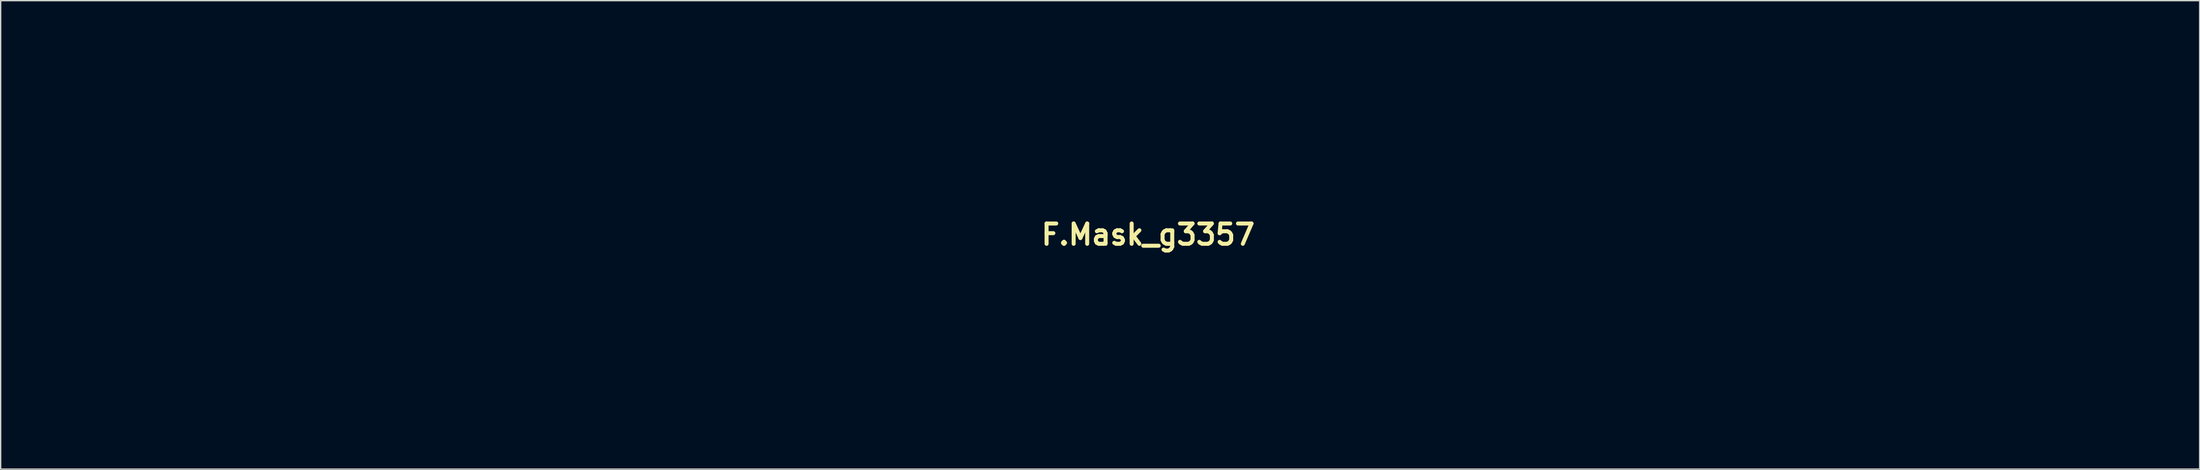
<source format=kicad_pcb>
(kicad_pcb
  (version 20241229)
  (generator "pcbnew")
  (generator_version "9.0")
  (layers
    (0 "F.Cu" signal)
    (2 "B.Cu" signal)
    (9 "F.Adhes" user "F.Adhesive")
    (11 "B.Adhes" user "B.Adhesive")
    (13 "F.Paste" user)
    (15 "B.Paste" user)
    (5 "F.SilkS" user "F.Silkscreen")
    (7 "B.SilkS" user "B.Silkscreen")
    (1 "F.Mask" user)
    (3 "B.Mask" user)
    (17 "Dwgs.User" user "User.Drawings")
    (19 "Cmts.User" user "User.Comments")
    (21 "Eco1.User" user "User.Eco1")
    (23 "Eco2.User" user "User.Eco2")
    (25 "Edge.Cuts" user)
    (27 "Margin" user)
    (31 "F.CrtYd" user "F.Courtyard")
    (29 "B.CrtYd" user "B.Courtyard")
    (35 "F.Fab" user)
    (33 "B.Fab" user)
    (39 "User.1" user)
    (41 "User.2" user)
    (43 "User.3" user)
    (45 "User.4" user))
  (footprint "F.Mask_g3357"
    (layer "F.Cu")
    (at 83.148 14.568)
    (property "Reference" "F.Mask_g3357" (at 0 0 0) (layer "F.SilkS") (effects (font (size 1.524 1.524) (thickness 0.3))))
    (attr through_hole)
    (fp_poly (pts (xy 75.94 9.626) (xy 75.939 10.013) (xy 75.938 10.36) (xy 75.937 10.671) (xy 75.935 10.946) (xy 75.934 11.189) (xy 75.932 11.403) (xy 75.93 11.589) (xy 75.926 11.75) (xy 75.923 11.889) (xy 75.918 12.009) (xy 75.912 12.111) (xy 75.905 12.199) (xy 75.897 12.275) (xy 75.887 12.341) (xy 75.876 12.4) (xy 75.864 12.454) (xy 75.849 12.506) (xy 75.832 12.559) (xy 75.814 12.615) (xy 75.793 12.676) (xy 75.785 12.7) (xy 75.659 13.013) (xy 75.497 13.309) (xy 75.301 13.584) (xy 75.075 13.835) (xy 74.823 14.057) (xy 74.548 14.246) (xy 74.44 14.308) (xy 74.247 14.403) (xy 74.057 14.479) (xy 73.849 14.543) (xy 73.811 14.553) (xy 73.613 14.605) (xy -3.595 14.604) (xy -80.804 14.602) (xy -80.994 14.554) (xy -81.317 14.451) (xy -81.621 14.312) (xy -81.904 14.138) (xy -82.163 13.933) (xy -82.397 13.699) (xy -82.603 13.438) (xy -82.778 13.152) (xy -82.921 12.845) (xy -83.029 12.519) (xy -83.069 12.351) (xy -83.08 12.294) (xy -83.09 12.233) (xy -83.098 12.167) (xy -83.106 12.092) (xy -83.113 12.007) (xy -83.119 11.908) (xy -83.124 11.793) (xy -83.128 11.66) (xy -83.132 11.505) (xy -83.135 11.328) (xy -83.137 11.124) (xy -83.139 10.892) (xy -83.14 10.629) (xy -83.141 10.333) (xy -83.142 10.001) (xy -83.142 9.63) (xy -83.142 9.403) (xy -83.143 7.133) (xy 75.948 7.133) (xy 75.94 9.626)) (stroke (width 0.01) (type solid)) (fill yes) (layer "F.Mask"))
    (fp_poly (pts (xy 73.906 -14.509) (xy 74.058 -14.458) (xy 74.228 -14.386) (xy 74.403 -14.302) (xy 74.57 -14.212) (xy 74.715 -14.121) (xy 74.774 -14.079) (xy 75.034 -13.858) (xy 75.268 -13.607) (xy 75.47 -13.332) (xy 75.638 -13.038) (xy 75.77 -12.729) (xy 75.795 -12.652) (xy 75.815 -12.59) (xy 75.833 -12.534) (xy 75.849 -12.482) (xy 75.864 -12.43) (xy 75.876 -12.378) (xy 75.887 -12.321) (xy 75.896 -12.259) (xy 75.905 -12.187) (xy 75.911 -12.104) (xy 75.917 -12.006) (xy 75.922 -11.893) (xy 75.926 -11.76) (xy 75.929 -11.606) (xy 75.931 -11.428) (xy 75.933 -11.224) (xy 75.935 -10.99) (xy 75.936 -10.726) (xy 75.937 -10.426) (xy 75.938 -10.091) (xy 75.94 -9.716) (xy 75.94 -9.594) (xy 75.948 -7.091) (xy 37.979 -7.096) (xy 36.595 -7.096) (xy 35.171 -7.097) (xy 33.708 -7.097) (xy 32.207 -7.097) (xy 30.671 -7.097) (xy 29.102 -7.097) (xy 27.5 -7.098) (xy 25.868 -7.098) (xy 24.208 -7.098) (xy 22.52 -7.098) (xy 20.808 -7.098) (xy 19.072 -7.099) (xy 17.314 -7.099) (xy 15.536 -7.099) (xy 13.74 -7.099) (xy 11.928 -7.1) (xy 10.101 -7.1) (xy 8.26 -7.1) (xy 6.409 -7.1) (xy 4.547 -7.101) (xy 2.678 -7.101) (xy 0.802 -7.101) (xy -1.078 -7.101) (xy -2.96 -7.102) (xy -4.844 -7.102) (xy -6.728 -7.102) (xy -8.608 -7.102) (xy -10.485 -7.103) (xy -12.356 -7.103) (xy -14.219 -7.103) (xy -16.074 -7.103) (xy -17.917 -7.104) (xy -19.747 -7.104) (xy -21.563 -7.104) (xy -23.363 -7.104) (xy -25.145 -7.105) (xy -26.908 -7.105) (xy -28.649 -7.105) (xy -30.367 -7.105) (xy -32.06 -7.105) (xy -33.727 -7.106) (xy -35.366 -7.106) (xy -36.975 -7.106) (xy -38.552 -7.106) (xy -40.096 -7.107) (xy -41.555 -7.107) (xy -83.121 -7.112) (xy -83.121 -9.499) (xy -83.121 -9.93) (xy -83.121 -10.323) (xy -83.119 -10.679) (xy -83.118 -10.995) (xy -83.116 -11.273) (xy -83.114 -11.511) (xy -83.111 -11.709) (xy -83.108 -11.866) (xy -83.104 -11.982) (xy -83.1 -12.057) (xy -83.099 -12.076) (xy -83.037 -12.419) (xy -82.937 -12.75) (xy -82.8 -13.065) (xy -82.627 -13.36) (xy -82.421 -13.632) (xy -82.339 -13.723) (xy -82.092 -13.958) (xy -81.828 -14.158) (xy -81.549 -14.32) (xy -81.259 -14.445) (xy -80.96 -14.528) (xy -80.955 -14.53) (xy -80.948 -14.531) (xy -80.935 -14.532) (xy -80.917 -14.532) (xy -80.893 -14.533) (xy -80.862 -14.534) (xy -80.825 -14.535) (xy -80.78 -14.536) (xy -80.728 -14.537) (xy -80.667 -14.538) (xy -80.598 -14.538) (xy -80.52 -14.539) (xy -80.433 -14.54) (xy -80.336 -14.541) (xy -80.23 -14.541) (xy -80.112 -14.542) (xy -79.984 -14.543) (xy -79.845 -14.543) (xy -79.694 -14.544) (xy -79.531 -14.545) (xy -79.355 -14.545) (xy -79.167 -14.546) (xy -78.965 -14.547) (xy -78.75 -14.547) (xy -78.521 -14.548) (xy -78.277 -14.548) (xy -78.019 -14.549) (xy -77.745 -14.549) (xy -77.456 -14.55) (xy -77.15 -14.55) (xy -76.829 -14.551) (xy -76.49 -14.551) (xy -76.134 -14.552) (xy -75.761 -14.552) (xy -75.369 -14.553) (xy -74.959 -14.553) (xy -74.531 -14.554) (xy -74.083 -14.554) (xy -73.615 -14.554) (xy -73.128 -14.555) (xy -72.62 -14.555) (xy -72.091 -14.555) (xy -71.542 -14.556) (xy -70.97 -14.556) (xy -70.377 -14.556) (xy -69.761 -14.557) (xy -69.122 -14.557) (xy -68.461 -14.557) (xy -67.775 -14.558) (xy -67.066 -14.558) (xy -66.332 -14.558) (xy -65.574 -14.558) (xy -64.79 -14.559) (xy -63.981 -14.559) (xy -63.146 -14.559) (xy -62.284 -14.559) (xy -61.396 -14.56) (xy -60.48 -14.56) (xy -59.537 -14.56) (xy -58.566 -14.56) (xy -57.567 -14.56) (xy -56.539 -14.56) (xy -55.482 -14.561) (xy -54.395 -14.561) (xy -53.278 -14.561) (xy -52.131 -14.561) (xy -50.954 -14.561) (xy -49.745 -14.561) (xy -48.504 -14.561) (xy -47.232 -14.562) (xy -45.927 -14.562) (xy -44.59 -14.562) (xy -43.219 -14.562) (xy -41.815 -14.562) (xy -40.377 -14.562) (xy -38.905 -14.562) (xy -37.398 -14.562) (xy -35.856 -14.562) (xy -34.278 -14.562) (xy -32.665 -14.562) (xy -31.015 -14.562) (xy -29.328 -14.562) (xy -27.604 -14.562) (xy -25.843 -14.562) (xy -24.044 -14.563) (xy -22.207 -14.563) (xy -20.331 -14.563) (xy -18.416 -14.563) (xy -16.461 -14.563) (xy -14.467 -14.563) (xy -12.432 -14.563) (xy -10.356 -14.563) (xy -8.24 -14.563) (xy -6.082 -14.563) (xy -3.882 -14.563) (xy 73.719 -14.563) (xy 73.906 -14.509)) (stroke (width 0.01) (type solid)) (fill yes) (layer "F.Mask")))
  (gr_rect
    (start -3 -3)
    (end 162.101 32.178)
    (stroke (width 0.1) (type default))
    (fill no)
    (layer "Edge.Cuts")))
</source>
